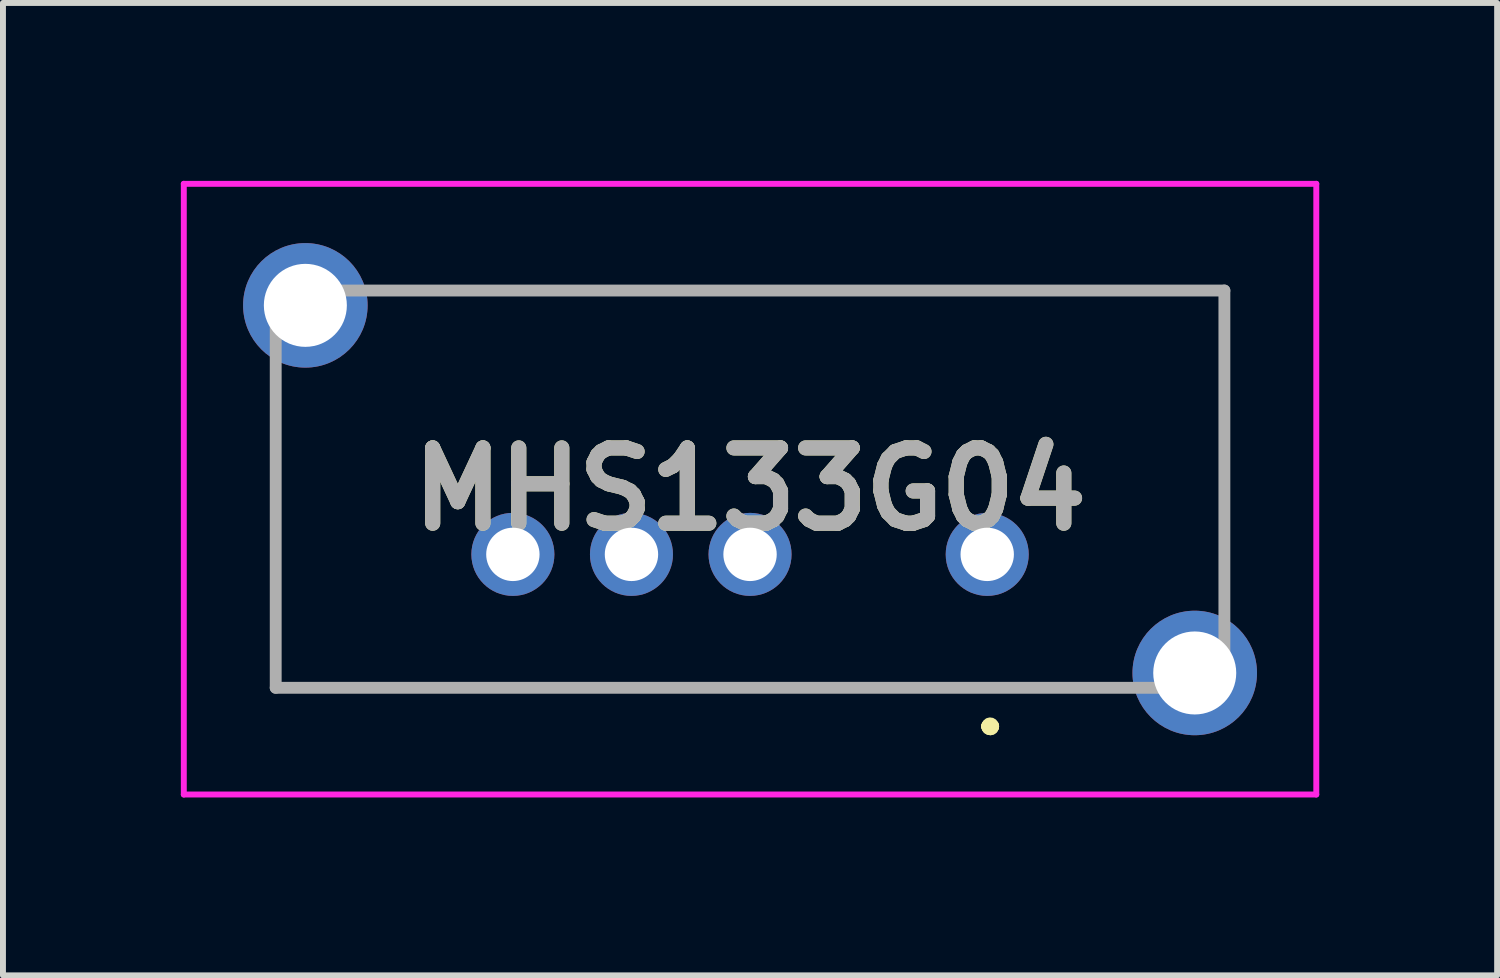
<source format=kicad_pcb>
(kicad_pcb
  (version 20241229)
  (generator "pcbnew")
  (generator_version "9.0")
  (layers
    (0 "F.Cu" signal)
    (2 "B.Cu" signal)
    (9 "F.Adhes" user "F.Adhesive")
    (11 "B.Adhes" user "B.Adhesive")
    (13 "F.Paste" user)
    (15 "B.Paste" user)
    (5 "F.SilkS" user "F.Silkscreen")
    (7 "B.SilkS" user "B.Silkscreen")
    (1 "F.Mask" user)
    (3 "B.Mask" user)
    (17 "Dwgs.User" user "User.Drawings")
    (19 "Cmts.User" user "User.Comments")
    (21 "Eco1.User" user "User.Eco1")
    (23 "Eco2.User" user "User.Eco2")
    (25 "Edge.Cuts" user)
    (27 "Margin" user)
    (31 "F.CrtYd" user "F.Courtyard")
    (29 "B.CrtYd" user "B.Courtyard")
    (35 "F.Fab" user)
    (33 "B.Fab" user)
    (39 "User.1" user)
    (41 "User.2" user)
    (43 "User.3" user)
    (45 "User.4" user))
  (footprint "MHS133G04"
    (layer "F.Cu")
    (at 13.6 6.3)
    (property "Reference" "MHS133G04" (at -4 -1.1 0) (layer "F.SilkS") (effects (font (size 1.27 1.27) (thickness 0.254))))
    (attr through_hole)
    (fp_line (start -12 -2.75) (end -12 -2.75) (stroke (width 0.1) (type solid)) (layer "F.SilkS"))
    (fp_line (start -12 -2.75) (end -12 2.25) (stroke (width 0.1) (type solid)) (layer "F.SilkS"))
    (fp_line (start -12 2.25) (end -12 -2.75) (stroke (width 0.1) (type solid)) (layer "F.SilkS"))
    (fp_line (start -12 2.25) (end -12 2.25) (stroke (width 0.1) (type solid)) (layer "F.SilkS"))
    (fp_line (start -12 2.25) (end -12 2.25) (stroke (width 0.1) (type solid)) (layer "F.SilkS"))
    (fp_line (start -12 2.25) (end 1.75 2.25) (stroke (width 0.1) (type solid)) (layer "F.SilkS"))
    (fp_line (start -9.75 -4.45) (end -9.75 -4.45) (stroke (width 0.1) (type solid)) (layer "F.SilkS"))
    (fp_line (start -9.75 -4.45) (end 4 -4.45) (stroke (width 0.1) (type solid)) (layer "F.SilkS"))
    (fp_line (start 0 2.9) (end 0 2.9) (stroke (width 0.2) (type solid)) (layer "F.SilkS"))
    (fp_line (start 0 2.9) (end 0 2.9) (stroke (width 0.2) (type solid)) (layer "F.SilkS"))
    (fp_line (start 0.1 2.9) (end 0.1 2.9) (stroke (width 0.2) (type solid)) (layer "F.SilkS"))
    (fp_line (start 1.75 2.25) (end -12 2.25) (stroke (width 0.1) (type solid)) (layer "F.SilkS"))
    (fp_line (start 1.75 2.25) (end 1.75 2.25) (stroke (width 0.1) (type solid)) (layer "F.SilkS"))
    (fp_line (start 4 -4.45) (end -9.75 -4.45) (stroke (width 0.1) (type solid)) (layer "F.SilkS"))
    (fp_line (start 4 -4.45) (end 4 -4.45) (stroke (width 0.1) (type solid)) (layer "F.SilkS"))
    (fp_line (start 4 -4.45) (end 4 -4.45) (stroke (width 0.1) (type solid)) (layer "F.SilkS"))
    (fp_line (start 4 -4.45) (end 4 0.5) (stroke (width 0.1) (type solid)) (layer "F.SilkS"))
    (fp_line (start 4 0.5) (end 4 -4.45) (stroke (width 0.1) (type solid)) (layer "F.SilkS"))
    (fp_line (start 4 0.5) (end 4 0.5) (stroke (width 0.1) (type solid)) (layer "F.SilkS"))
    (fp_arc (start 0 2.9) (mid 0.05 2.85) (end 0.1 2.9) (stroke (width 0.2) (type solid)) (layer "F.SilkS"))
    (fp_arc (start 0.1 2.9) (mid 0.05 2.95) (end 0 2.9) (stroke (width 0.2) (type solid)) (layer "F.SilkS"))
    (fp_arc (start 0.1 2.9) (mid 0.05 2.95) (end 0 2.9) (stroke (width 0.2) (type solid)) (layer "F.SilkS"))
    (fp_line (start -13.55 -6.25) (end 5.55 -6.25) (stroke (width 0.1) (type solid)) (layer "F.CrtYd"))
    (fp_line (start -13.55 4.05) (end -13.55 -6.25) (stroke (width 0.1) (type solid)) (layer "F.CrtYd"))
    (fp_line (start 5.55 -6.25) (end 5.55 4.05) (stroke (width 0.1) (type solid)) (layer "F.CrtYd"))
    (fp_line (start 5.55 4.05) (end -13.55 4.05) (stroke (width 0.1) (type solid)) (layer "F.CrtYd"))
    (fp_line (start -12 -4.45) (end -12 2.25) (stroke (width 0.2) (type solid)) (layer "F.Fab"))
    (fp_line (start -12 2.25) (end 4 2.25) (stroke (width 0.2) (type solid)) (layer "F.Fab"))
    (fp_line (start 4 -4.45) (end -12 -4.45) (stroke (width 0.2) (type solid)) (layer "F.Fab"))
    (fp_line (start 4 2.25) (end 4 -4.45) (stroke (width 0.2) (type solid)) (layer "F.Fab"))
    (fp_text user "${REFERENCE}" (at -4 -1.1 0) (layer "F.Fab") (effects (font (size 1.27 1.27) (thickness 0.254))))
    (pad "1" thru_hole circle (at 0 0) (size 1.4 1.4) (drill 0.9) (layers "*.Cu" "*.Mask"))
    (pad "2" thru_hole circle (at -4 0) (size 1.4 1.4) (drill 0.9) (layers "*.Cu" "*.Mask"))
    (pad "3" thru_hole circle (at -6 0) (size 1.4 1.4) (drill 0.9) (layers "*.Cu" "*.Mask"))
    (pad "4" thru_hole circle (at -8 0) (size 1.4 1.4) (drill 0.9) (layers "*.Cu" "*.Mask"))
    (pad "MH1" thru_hole circle (at 3.5 2) (size 2.1 2.1) (drill 1.4) (layers "*.Cu" "*.Mask"))
    (pad "MH2" thru_hole circle (at -11.5 -4.2) (size 2.1 2.1) (drill 1.4) (layers "*.Cu" "*.Mask")))
  (gr_rect
    (start -3 -3)
    (end 22.2 13.4)
    (stroke (width 0.1) (type default))
    (fill no)
    (layer "Edge.Cuts")))
</source>
